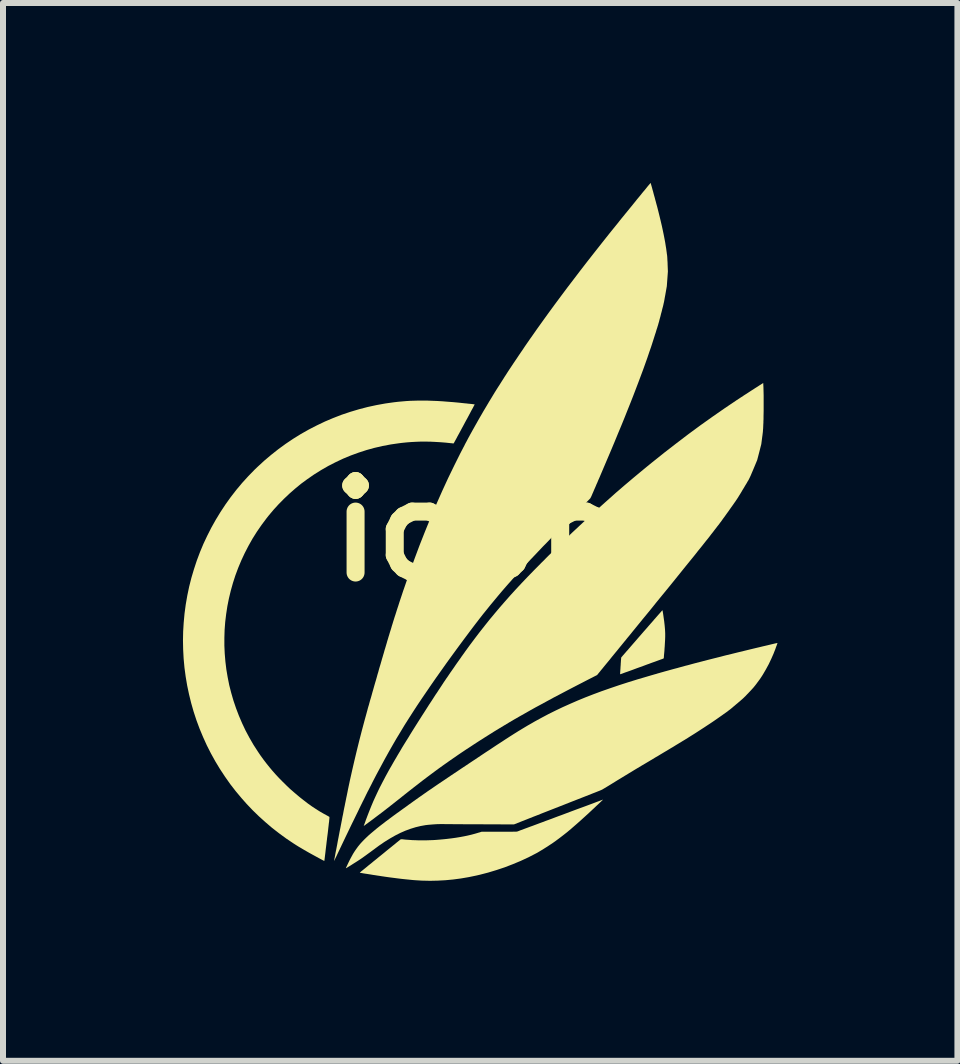
<source format=kicad_pcb>
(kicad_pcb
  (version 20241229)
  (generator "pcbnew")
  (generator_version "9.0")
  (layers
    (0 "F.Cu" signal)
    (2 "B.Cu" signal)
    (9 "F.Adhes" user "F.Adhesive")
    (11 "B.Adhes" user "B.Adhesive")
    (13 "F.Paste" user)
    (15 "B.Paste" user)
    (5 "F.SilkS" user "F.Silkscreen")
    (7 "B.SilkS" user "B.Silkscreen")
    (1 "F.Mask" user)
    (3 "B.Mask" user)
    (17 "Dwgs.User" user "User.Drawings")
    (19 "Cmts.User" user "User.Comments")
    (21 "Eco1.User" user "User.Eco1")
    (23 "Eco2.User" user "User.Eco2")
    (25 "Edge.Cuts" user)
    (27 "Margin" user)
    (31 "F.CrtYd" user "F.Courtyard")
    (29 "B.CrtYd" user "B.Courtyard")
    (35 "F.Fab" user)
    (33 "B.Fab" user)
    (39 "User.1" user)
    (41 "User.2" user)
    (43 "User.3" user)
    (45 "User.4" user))
  (footprint "icon"
    (layer "F.Cu")
    (at 4.909 5.804)
    (property "Reference" "icon" (at 0 0 0) (layer "F.SilkS") (effects (font (size 1.524 1.524) (thickness 0.3))))
    (attr board_only exclude_from_pos_files exclude_from_bom)
    (fp_poly (pts (xy 3.083 1.319) (xy 3.084 1.321) (xy 3.085 1.325) (xy 3.086 1.331) (xy 3.088 1.34) (xy 3.09 1.352) (xy 3.093 1.369) (xy 3.096 1.39) (xy 3.1 1.417) (xy 3.101 1.425) (xy 3.112 1.501) (xy 3.12 1.572) (xy 3.126 1.64) (xy 3.129 1.702) (xy 3.129 1.736) (xy 3.129 1.758) (xy 3.128 1.785) (xy 3.127 1.815) (xy 3.125 1.849) (xy 3.123 1.884) (xy 3.121 1.92) (xy 3.118 1.957) (xy 3.116 1.992) (xy 3.115 2.004) (xy 3.113 2.025) (xy 3.111 2.046) (xy 3.109 2.065) (xy 3.108 2.081) (xy 3.107 2.093) (xy 3.107 2.097) (xy 3.106 2.11) (xy 3.104 2.118) (xy 3.102 2.122) (xy 3.1 2.123) (xy 3.096 2.124) (xy 3.087 2.128) (xy 3.074 2.133) (xy 3.056 2.139) (xy 3.035 2.147) (xy 3.01 2.156) (xy 2.983 2.166) (xy 2.953 2.177) (xy 2.921 2.188) (xy 2.888 2.2) (xy 2.854 2.213) (xy 2.836 2.219) (xy 2.772 2.243) (xy 2.714 2.264) (xy 2.661 2.283) (xy 2.613 2.301) (xy 2.57 2.317) (xy 2.531 2.331) (xy 2.498 2.343) (xy 2.468 2.353) (xy 2.444 2.362) (xy 2.423 2.37) (xy 2.407 2.376) (xy 2.394 2.38) (xy 2.386 2.383) (xy 2.381 2.385) (xy 2.379 2.385) (xy 2.378 2.382) (xy 2.378 2.375) (xy 2.378 2.37) (xy 2.378 2.363) (xy 2.379 2.352) (xy 2.38 2.336) (xy 2.381 2.317) (xy 2.383 2.294) (xy 2.384 2.269) (xy 2.386 2.243) (xy 2.387 2.232) (xy 2.388 2.205) (xy 2.39 2.181) (xy 2.391 2.159) (xy 2.393 2.14) (xy 2.394 2.124) (xy 2.395 2.113) (xy 2.396 2.107) (xy 2.396 2.106) (xy 2.398 2.103) (xy 2.404 2.096) (xy 2.413 2.086) (xy 2.424 2.072) (xy 2.438 2.057) (xy 2.453 2.039) (xy 2.47 2.02) (xy 2.477 2.011) (xy 2.499 1.987) (xy 2.523 1.959) (xy 2.548 1.93) (xy 2.574 1.9) (xy 2.599 1.871) (xy 2.622 1.845) (xy 2.634 1.831) (xy 2.685 1.772) (xy 2.733 1.717) (xy 2.777 1.666) (xy 2.818 1.62) (xy 2.855 1.577) (xy 2.889 1.538) (xy 2.92 1.503) (xy 2.947 1.471) (xy 2.972 1.443) (xy 2.994 1.418) (xy 3.013 1.396) (xy 3.03 1.377) (xy 3.044 1.361) (xy 3.056 1.348) (xy 3.065 1.337) (xy 3.072 1.329) (xy 3.077 1.323) (xy 3.081 1.32) (xy 3.082 1.319) (xy 3.082 1.318)) (stroke (width 0) (type solid)) (fill yes) (layer "F.SilkS"))
    (fp_poly (pts (xy 2.092 4.475) (xy 2.09 4.478) (xy 2.084 4.484) (xy 2.074 4.493) (xy 2.062 4.505) (xy 2.047 4.519) (xy 2.029 4.536) (xy 2.009 4.555) (xy 1.988 4.574) (xy 1.966 4.595) (xy 1.943 4.617) (xy 1.92 4.638) (xy 1.897 4.66) (xy 1.874 4.681) (xy 1.852 4.702) (xy 1.831 4.721) (xy 1.812 4.738) (xy 1.808 4.742) (xy 1.766 4.78) (xy 1.722 4.82) (xy 1.677 4.86) (xy 1.629 4.902) (xy 1.577 4.947) (xy 1.55 4.971) (xy 1.525 4.991) (xy 1.497 5.015) (xy 1.465 5.04) (xy 1.432 5.066) (xy 1.397 5.093) (xy 1.363 5.119) (xy 1.329 5.144) (xy 1.297 5.168) (xy 1.268 5.188) (xy 1.263 5.192) (xy 1.238 5.209) (xy 1.21 5.227) (xy 1.18 5.247) (xy 1.149 5.267) (xy 1.117 5.287) (xy 1.086 5.307) (xy 1.055 5.325) (xy 1.027 5.342) (xy 1.002 5.357) (xy 0.98 5.369) (xy 0.976 5.371) (xy 0.85 5.436) (xy 0.721 5.496) (xy 0.589 5.551) (xy 0.454 5.603) (xy 0.316 5.649) (xy 0.177 5.691) (xy 0.038 5.727) (xy -0.018 5.74) (xy -0.148 5.767) (xy -0.277 5.789) (xy -0.405 5.806) (xy -0.532 5.818) (xy -0.66 5.825) (xy -0.789 5.828) (xy -0.92 5.825) (xy -0.929 5.825) (xy -0.973 5.822) (xy -1.023 5.819) (xy -1.077 5.815) (xy -1.136 5.809) (xy -1.197 5.803) (xy -1.262 5.796) (xy -1.329 5.788) (xy -1.398 5.779) (xy -1.469 5.77) (xy -1.54 5.76) (xy -1.566 5.756) (xy -1.601 5.751) (xy -1.637 5.745) (xy -1.673 5.74) (xy -1.709 5.734) (xy -1.745 5.729) (xy -1.779 5.723) (xy -1.812 5.718) (xy -1.842 5.713) (xy -1.871 5.709) (xy -1.896 5.705) (xy -1.918 5.701) (xy -1.935 5.698) (xy -1.949 5.696) (xy -1.958 5.694) (xy -1.961 5.693) (xy -1.959 5.691) (xy -1.954 5.685) (xy -1.946 5.678) (xy -1.935 5.668) (xy -1.927 5.662) (xy -1.919 5.656) (xy -1.907 5.646) (xy -1.891 5.633) (xy -1.871 5.617) (xy -1.848 5.598) (xy -1.823 5.577) (xy -1.794 5.554) (xy -1.764 5.53) (xy -1.732 5.503) (xy -1.698 5.476) (xy -1.663 5.447) (xy -1.627 5.418) (xy -1.591 5.389) (xy -1.554 5.359) (xy -1.518 5.329) (xy -1.482 5.3) (xy -1.447 5.272) (xy -1.413 5.244) (xy -1.39 5.226) (xy -1.368 5.208) (xy -1.348 5.191) (xy -1.329 5.176) (xy -1.313 5.163) (xy -1.299 5.152) (xy -1.288 5.143) (xy -1.281 5.138) (xy -1.278 5.135) (xy -1.274 5.135) (xy -1.265 5.135) (xy -1.254 5.136) (xy -1.249 5.136) (xy -1.206 5.141) (xy -1.164 5.144) (xy -1.124 5.147) (xy -1.082 5.15) (xy -1.038 5.151) (xy -0.991 5.153) (xy -0.965 5.153) (xy -0.905 5.153) (xy -0.847 5.153) (xy -0.79 5.151) (xy -0.734 5.149) (xy -0.675 5.145) (xy -0.615 5.14) (xy -0.551 5.134) (xy -0.505 5.129) (xy -0.43 5.12) (xy -0.359 5.11) (xy -0.292 5.099) (xy -0.227 5.087) (xy -0.164 5.074) (xy -0.101 5.059) (xy -0.038 5.042) (xy 0.026 5.023) (xy 0.035 5.021) (xy 0.069 5.01) (xy 0.361 5.01) (xy 0.414 5.01) (xy 0.462 5.01) (xy 0.505 5.01) (xy 0.541 5.01) (xy 0.573 5.01) (xy 0.6 5.009) (xy 0.621 5.009) (xy 0.638 5.009) (xy 0.65 5.008) (xy 0.658 5.008) (xy 0.661 5.007) (xy 0.666 5.005) (xy 0.676 5.002) (xy 0.689 4.997) (xy 0.706 4.99) (xy 0.724 4.983) (xy 0.743 4.977) (xy 0.761 4.97) (xy 0.784 4.961) (xy 0.811 4.951) (xy 0.841 4.94) (xy 0.875 4.927) (xy 0.912 4.914) (xy 0.952 4.899) (xy 0.995 4.883) (xy 1.04 4.866) (xy 1.087 4.849) (xy 1.136 4.83) (xy 1.186 4.812) (xy 1.238 4.793) (xy 1.29 4.773) (xy 1.343 4.753) (xy 1.396 4.734) (xy 1.449 4.714) (xy 1.502 4.694) (xy 1.555 4.674) (xy 1.606 4.655) (xy 1.657 4.636) (xy 1.706 4.618) (xy 1.753 4.601) (xy 1.799 4.584) (xy 1.842 4.568) (xy 1.882 4.553) (xy 1.92 4.539) (xy 1.954 4.526) (xy 1.985 4.514) (xy 2.013 4.504) (xy 2.036 4.495) (xy 2.055 4.488) (xy 2.07 4.483) (xy 2.079 4.479) (xy 2.084 4.477) (xy 2.084 4.477) (xy 2.09 4.476) (xy 2.092 4.475)) (stroke (width 0) (type solid)) (fill yes) (layer "F.SilkS"))
    (fp_poly (pts (xy -0.828 -2.176) (xy -0.75 -2.173) (xy -0.67 -2.17) (xy -0.586 -2.165) (xy -0.499 -2.158) (xy -0.407 -2.151) (xy -0.31 -2.142) (xy -0.209 -2.131) (xy -0.183 -2.129) (xy -0.161 -2.126) (xy -0.139 -2.124) (xy -0.118 -2.122) (xy -0.099 -2.12) (xy -0.084 -2.118) (xy -0.081 -2.118) (xy -0.068 -2.116) (xy -0.057 -2.115) (xy -0.05 -2.113) (xy -0.047 -2.112) (xy -0.048 -2.109) (xy -0.052 -2.102) (xy -0.059 -2.09) (xy -0.067 -2.074) (xy -0.077 -2.054) (xy -0.09 -2.031) (xy -0.104 -2.006) (xy -0.119 -1.977) (xy -0.135 -1.947) (xy -0.152 -1.915) (xy -0.17 -1.881) (xy -0.189 -1.847) (xy -0.208 -1.812) (xy -0.227 -1.776) (xy -0.246 -1.741) (xy -0.265 -1.706) (xy -0.283 -1.672) (xy -0.301 -1.639) (xy -0.318 -1.608) (xy -0.334 -1.579) (xy -0.348 -1.552) (xy -0.361 -1.528) (xy -0.372 -1.508) (xy -0.382 -1.49) (xy -0.389 -1.477) (xy -0.394 -1.468) (xy -0.397 -1.463) (xy -0.397 -1.463) (xy -0.4 -1.463) (xy -0.408 -1.463) (xy -0.419 -1.464) (xy -0.433 -1.466) (xy -0.438 -1.466) (xy -0.532 -1.476) (xy -0.621 -1.483) (xy -0.706 -1.488) (xy -0.788 -1.492) (xy -0.868 -1.493) (xy -0.946 -1.493) (xy -1.023 -1.49) (xy -1.1 -1.486) (xy -1.178 -1.48) (xy -1.257 -1.472) (xy -1.305 -1.466) (xy -1.444 -1.446) (xy -1.581 -1.42) (xy -1.716 -1.389) (xy -1.85 -1.352) (xy -1.982 -1.309) (xy -2.111 -1.262) (xy -2.239 -1.209) (xy -2.364 -1.15) (xy -2.487 -1.087) (xy -2.607 -1.018) (xy -2.725 -0.944) (xy -2.839 -0.865) (xy -2.941 -0.79) (xy -3.037 -0.711) (xy -3.132 -0.628) (xy -3.224 -0.541) (xy -3.313 -0.451) (xy -3.398 -0.358) (xy -3.478 -0.263) (xy -3.516 -0.215) (xy -3.599 -0.104) (xy -3.677 0.009) (xy -3.75 0.125) (xy -3.817 0.244) (xy -3.879 0.364) (xy -3.936 0.486) (xy -3.988 0.61) (xy -4.035 0.736) (xy -4.076 0.863) (xy -4.112 0.991) (xy -4.143 1.12) (xy -4.169 1.25) (xy -4.189 1.381) (xy -4.205 1.513) (xy -4.215 1.645) (xy -4.219 1.777) (xy -4.219 1.909) (xy -4.213 2.041) (xy -4.202 2.173) (xy -4.186 2.305) (xy -4.164 2.435) (xy -4.138 2.566) (xy -4.105 2.695) (xy -4.068 2.823) (xy -4.025 2.95) (xy -3.977 3.076) (xy -3.924 3.2) (xy -3.866 3.323) (xy -3.802 3.443) (xy -3.733 3.562) (xy -3.658 3.678) (xy -3.614 3.743) (xy -3.566 3.809) (xy -3.517 3.873) (xy -3.468 3.934) (xy -3.417 3.995) (xy -3.364 4.055) (xy -3.308 4.115) (xy -3.249 4.175) (xy -3.185 4.238) (xy -3.137 4.284) (xy -3.121 4.299) (xy -3.101 4.316) (xy -3.078 4.336) (xy -3.054 4.357) (xy -3.028 4.379) (xy -3.002 4.401) (xy -2.977 4.422) (xy -2.959 4.437) (xy -2.89 4.491) (xy -2.824 4.542) (xy -2.759 4.588) (xy -2.694 4.631) (xy -2.629 4.672) (xy -2.563 4.71) (xy -2.508 4.74) (xy -2.495 4.747) (xy -2.483 4.754) (xy -2.475 4.759) (xy -2.47 4.762) (xy -2.469 4.762) (xy -2.469 4.763) (xy -2.468 4.764) (xy -2.468 4.767) (xy -2.468 4.77) (xy -2.468 4.776) (xy -2.468 4.783) (xy -2.469 4.792) (xy -2.47 4.804) (xy -2.472 4.819) (xy -2.473 4.837) (xy -2.476 4.858) (xy -2.479 4.882) (xy -2.482 4.911) (xy -2.486 4.944) (xy -2.49 4.982) (xy -2.495 5.025) (xy -2.501 5.072) (xy -2.508 5.125) (xy -2.508 5.13) (xy -2.514 5.176) (xy -2.519 5.22) (xy -2.524 5.262) (xy -2.529 5.302) (xy -2.533 5.338) (xy -2.537 5.372) (xy -2.541 5.403) (xy -2.544 5.43) (xy -2.547 5.453) (xy -2.549 5.471) (xy -2.551 5.484) (xy -2.552 5.493) (xy -2.552 5.496) (xy -2.552 5.496) (xy -2.553 5.496) (xy -2.555 5.496) (xy -2.559 5.494) (xy -2.566 5.491) (xy -2.576 5.486) (xy -2.589 5.479) (xy -2.606 5.47) (xy -2.628 5.458) (xy -2.64 5.452) (xy -2.7 5.419) (xy -2.755 5.389) (xy -2.806 5.361) (xy -2.853 5.334) (xy -2.898 5.308) (xy -2.94 5.283) (xy -2.981 5.259) (xy -3.021 5.234) (xy -3.06 5.209) (xy -3.071 5.202) (xy -3.19 5.122) (xy -3.306 5.037) (xy -3.421 4.948) (xy -3.532 4.853) (xy -3.641 4.755) (xy -3.746 4.653) (xy -3.847 4.547) (xy -3.932 4.451) (xy -4.03 4.334) (xy -4.123 4.214) (xy -4.21 4.09) (xy -4.293 3.964) (xy -4.371 3.835) (xy -4.444 3.703) (xy -4.512 3.569) (xy -4.574 3.432) (xy -4.632 3.293) (xy -4.684 3.153) (xy -4.731 3.01) (xy -4.772 2.866) (xy -4.808 2.72) (xy -4.839 2.573) (xy -4.864 2.425) (xy -4.884 2.276) (xy -4.898 2.125) (xy -4.906 1.974) (xy -4.909 1.823) (xy -4.906 1.671) (xy -4.897 1.525) (xy -4.883 1.373) (xy -4.863 1.223) (xy -4.837 1.073) (xy -4.806 0.925) (xy -4.769 0.779) (xy -4.726 0.634) (xy -4.679 0.491) (xy -4.626 0.35) (xy -4.568 0.211) (xy -4.504 0.075) (xy -4.436 -0.059) (xy -4.362 -0.191) (xy -4.284 -0.319) (xy -4.201 -0.445) (xy -4.113 -0.568) (xy -4.02 -0.688) (xy -3.923 -0.804) (xy -3.821 -0.916) (xy -3.714 -1.026) (xy -3.666 -1.072) (xy -3.554 -1.175) (xy -3.438 -1.273) (xy -3.319 -1.367) (xy -3.197 -1.456) (xy -3.072 -1.54) (xy -2.943 -1.62) (xy -2.812 -1.694) (xy -2.678 -1.763) (xy -2.542 -1.828) (xy -2.403 -1.887) (xy -2.263 -1.941) (xy -2.12 -1.989) (xy -1.976 -2.032) (xy -1.83 -2.07) (xy -1.682 -2.102) (xy -1.533 -2.129) (xy -1.39 -2.149) (xy -1.321 -2.157) (xy -1.253 -2.163) (xy -1.184 -2.169) (xy -1.116 -2.173) (xy -1.046 -2.175) (xy -0.975 -2.177) (xy -0.903 -2.177)) (stroke (width 0) (type solid)) (fill yes) (layer "F.SilkS"))
    (fp_poly (pts (xy 5 1.864) (xy 5 1.867) (xy 4.997 1.875) (xy 4.993 1.887) (xy 4.988 1.902) (xy 4.981 1.92) (xy 4.974 1.939) (xy 4.967 1.96) (xy 4.959 1.981) (xy 4.951 2.001) (xy 4.943 2.021) (xy 4.938 2.035) (xy 4.899 2.124) (xy 4.856 2.215) (xy 4.807 2.305) (xy 4.761 2.384) (xy 4.743 2.413) (xy 4.725 2.44) (xy 4.707 2.467) (xy 4.686 2.495) (xy 4.663 2.526) (xy 4.659 2.532) (xy 4.644 2.552) (xy 4.63 2.57) (xy 4.617 2.586) (xy 4.604 2.602) (xy 4.591 2.617) (xy 4.577 2.632) (xy 4.561 2.65) (xy 4.543 2.669) (xy 4.521 2.692) (xy 4.516 2.698) (xy 4.496 2.718) (xy 4.48 2.735) (xy 4.465 2.751) (xy 4.451 2.764) (xy 4.438 2.777) (xy 4.424 2.79) (xy 4.41 2.803) (xy 4.394 2.816) (xy 4.377 2.832) (xy 4.356 2.849) (xy 4.333 2.869) (xy 4.312 2.886) (xy 4.288 2.907) (xy 4.267 2.924) (xy 4.249 2.94) (xy 4.232 2.954) (xy 4.216 2.967) (xy 4.2 2.979) (xy 4.184 2.991) (xy 4.168 3.004) (xy 4.15 3.017) (xy 4.13 3.031) (xy 4.107 3.047) (xy 4.081 3.066) (xy 4.051 3.087) (xy 4.038 3.096) (xy 3.994 3.127) (xy 3.952 3.156) (xy 3.911 3.184) (xy 3.869 3.212) (xy 3.826 3.24) (xy 3.781 3.27) (xy 3.733 3.301) (xy 3.69 3.329) (xy 3.659 3.349) (xy 3.628 3.369) (xy 3.598 3.388) (xy 3.569 3.406) (xy 3.542 3.423) (xy 3.518 3.438) (xy 3.497 3.452) (xy 3.479 3.463) (xy 3.465 3.471) (xy 3.456 3.477) (xy 3.444 3.484) (xy 3.429 3.493) (xy 3.409 3.505) (xy 3.387 3.519) (xy 3.363 3.533) (xy 3.337 3.549) (xy 3.31 3.565) (xy 3.283 3.582) (xy 3.283 3.582) (xy 3.257 3.598) (xy 3.226 3.616) (xy 3.193 3.636) (xy 3.157 3.658) (xy 3.119 3.68) (xy 3.081 3.703) (xy 3.044 3.725) (xy 3.008 3.747) (xy 2.978 3.764) (xy 2.857 3.837) (xy 2.74 3.906) (xy 2.628 3.973) (xy 2.521 4.038) (xy 2.419 4.1) (xy 2.322 4.159) (xy 2.23 4.216) (xy 2.181 4.246) (xy 2.156 4.261) (xy 2.134 4.275) (xy 2.116 4.285) (xy 2.101 4.294) (xy 2.088 4.302) (xy 2.077 4.308) (xy 2.066 4.313) (xy 2.056 4.318) (xy 2.044 4.322) (xy 2.032 4.328) (xy 2.026 4.33) (xy 1.904 4.378) (xy 1.785 4.425) (xy 1.67 4.47) (xy 1.56 4.513) (xy 1.454 4.555) (xy 1.352 4.595) (xy 1.255 4.633) (xy 1.163 4.669) (xy 1.076 4.703) (xy 0.994 4.736) (xy 0.939 4.757) (xy 0.608 4.888) (xy 0.084 4.886) (xy 0.027 4.886) (xy -0.029 4.886) (xy -0.084 4.885) (xy -0.137 4.885) (xy -0.188 4.885) (xy -0.238 4.885) (xy -0.285 4.884) (xy -0.329 4.884) (xy -0.37 4.884) (xy -0.407 4.884) (xy -0.44 4.883) (xy -0.469 4.883) (xy -0.493 4.883) (xy -0.512 4.883) (xy -0.526 4.883) (xy -0.529 4.883) (xy -0.606 4.882) (xy -0.681 4.884) (xy -0.754 4.889) (xy -0.824 4.895) (xy -0.866 4.9) (xy -0.949 4.915) (xy -1.032 4.935) (xy -1.116 4.961) (xy -1.2 4.992) (xy -1.285 5.029) (xy -1.37 5.072) (xy -1.456 5.121) (xy -1.532 5.168) (xy -1.551 5.18) (xy -1.569 5.192) (xy -1.587 5.205) (xy -1.606 5.218) (xy -1.626 5.231) (xy -1.647 5.246) (xy -1.67 5.263) (xy -1.696 5.282) (xy -1.725 5.304) (xy -1.758 5.328) (xy -1.778 5.343) (xy -1.821 5.374) (xy -1.859 5.402) (xy -1.894 5.427) (xy -1.926 5.45) (xy -1.957 5.471) (xy -1.986 5.49) (xy -2.003 5.501) (xy -2.014 5.508) (xy -2.028 5.517) (xy -2.044 5.527) (xy -2.063 5.539) (xy -2.082 5.551) (xy -2.102 5.564) (xy -2.121 5.576) (xy -2.139 5.587) (xy -2.156 5.597) (xy -2.17 5.606) (xy -2.18 5.612) (xy -2.187 5.616) (xy -2.188 5.616) (xy -2.192 5.619) (xy -2.193 5.618) (xy -2.192 5.613) (xy -2.191 5.61) (xy -2.174 5.574) (xy -2.156 5.535) (xy -2.137 5.496) (xy -2.117 5.457) (xy -2.098 5.422) (xy -2.08 5.39) (xy -2.08 5.388) (xy -2.06 5.356) (xy -2.04 5.325) (xy -2.018 5.294) (xy -1.996 5.263) (xy -1.971 5.232) (xy -1.945 5.201) (xy -1.916 5.17) (xy -1.885 5.138) (xy -1.852 5.106) (xy -1.816 5.072) (xy -1.777 5.038) (xy -1.734 5.002) (xy -1.689 4.964) (xy -1.639 4.924) (xy -1.586 4.883) (xy -1.529 4.839) (xy -1.467 4.793) (xy -1.401 4.744) (xy -1.33 4.692) (xy -1.327 4.691) (xy -1.278 4.655) (xy -1.231 4.621) (xy -1.186 4.589) (xy -1.144 4.558) (xy -1.103 4.529) (xy -1.063 4.5) (xy -1.025 4.473) (xy -0.987 4.446) (xy -0.95 4.42) (xy -0.913 4.394) (xy -0.876 4.368) (xy -0.839 4.342) (xy -0.801 4.316) (xy -0.762 4.29) (xy -0.722 4.262) (xy -0.681 4.234) (xy -0.637 4.204) (xy -0.592 4.174) (xy -0.544 4.142) (xy -0.494 4.108) (xy -0.441 4.072) (xy -0.384 4.034) (xy -0.324 3.994) (xy -0.26 3.951) (xy -0.192 3.906) (xy -0.119 3.857) (xy -0.069 3.824) (xy 0.006 3.774) (xy 0.076 3.727) (xy 0.142 3.683) (xy 0.204 3.643) (xy 0.262 3.604) (xy 0.316 3.568) (xy 0.367 3.535) (xy 0.415 3.504) (xy 0.46 3.474) (xy 0.502 3.447) (xy 0.542 3.421) (xy 0.58 3.397) (xy 0.616 3.374) (xy 0.65 3.353) (xy 0.683 3.332) (xy 0.715 3.313) (xy 0.746 3.294) (xy 0.776 3.276) (xy 0.806 3.258) (xy 0.836 3.24) (xy 0.866 3.223) (xy 0.896 3.206) (xy 0.927 3.188) (xy 0.958 3.17) (xy 1.07 3.109) (xy 1.183 3.049) (xy 1.3 2.991) (xy 1.419 2.934) (xy 1.542 2.879) (xy 1.668 2.824) (xy 1.797 2.771) (xy 1.931 2.719) (xy 2.068 2.668) (xy 2.211 2.618) (xy 2.358 2.568) (xy 2.51 2.519) (xy 2.668 2.47) (xy 2.808 2.429) (xy 2.838 2.42) (xy 2.869 2.411) (xy 2.899 2.402) (xy 2.927 2.394) (xy 2.954 2.386) (xy 2.977 2.38) (xy 2.996 2.374) (xy 3.008 2.37) (xy 3.028 2.365) (xy 3.054 2.357) (xy 3.084 2.349) (xy 3.118 2.339) (xy 3.155 2.329) (xy 3.195 2.318) (xy 3.238 2.306) (xy 3.282 2.294) (xy 3.328 2.282) (xy 3.374 2.269) (xy 3.42 2.257) (xy 3.465 2.244) (xy 3.51 2.233) (xy 3.553 2.221) (xy 3.593 2.21) (xy 3.631 2.2) (xy 3.643 2.197) (xy 3.747 2.17) (xy 3.847 2.144) (xy 3.946 2.119) (xy 4.044 2.094) (xy 4.142 2.069) (xy 4.241 2.045) (xy 4.342 2.02) (xy 4.445 1.995) (xy 4.552 1.969) (xy 4.664 1.942) (xy 4.703 1.933) (xy 4.752 1.921) (xy 4.795 1.911) (xy 4.834 1.902) (xy 4.867 1.894) (xy 4.896 1.887) (xy 4.921 1.881) (xy 4.942 1.876) (xy 4.959 1.872) (xy 4.973 1.869) (xy 4.983 1.867) (xy 4.991 1.865) (xy 4.996 1.864) (xy 4.999 1.864)) (stroke (width 0) (type solid)) (fill yes) (layer "F.SilkS"))
    (fp_poly (pts (xy 4.763 -2.466) (xy 4.764 -2.458) (xy 4.764 -2.445) (xy 4.765 -2.429) (xy 4.766 -2.41) (xy 4.767 -2.388) (xy 4.767 -2.379) (xy 4.768 -2.343) (xy 4.769 -2.303) (xy 4.77 -2.258) (xy 4.77 -2.211) (xy 4.77 -2.161) (xy 4.77 -2.11) (xy 4.77 -2.059) (xy 4.77 -2.008) (xy 4.769 -1.959) (xy 4.768 -1.912) (xy 4.768 -1.868) (xy 4.766 -1.829) (xy 4.766 -1.808) (xy 4.764 -1.776) (xy 4.763 -1.75) (xy 4.762 -1.726) (xy 4.761 -1.706) (xy 4.759 -1.686) (xy 4.758 -1.667) (xy 4.756 -1.646) (xy 4.753 -1.623) (xy 4.75 -1.597) (xy 4.746 -1.569) (xy 4.731 -1.452) (xy 4.697 -1.318) (xy 4.662 -1.184) (xy 4.599 -1.033) (xy 4.585 -1) (xy 4.573 -0.972) (xy 4.563 -0.948) (xy 4.554 -0.927) (xy 4.546 -0.91) (xy 4.539 -0.895) (xy 4.533 -0.882) (xy 4.527 -0.871) (xy 4.522 -0.86) (xy 4.516 -0.849) (xy 4.509 -0.838) (xy 4.505 -0.832) (xy 4.497 -0.818) (xy 4.487 -0.8) (xy 4.474 -0.779) (xy 4.46 -0.756) (xy 4.445 -0.73) (xy 4.429 -0.704) (xy 4.413 -0.678) (xy 4.406 -0.665) (xy 4.392 -0.642) (xy 4.38 -0.622) (xy 4.369 -0.604) (xy 4.358 -0.587) (xy 4.348 -0.57) (xy 4.337 -0.553) (xy 4.326 -0.536) (xy 4.313 -0.517) (xy 4.3 -0.497) (xy 4.284 -0.475) (xy 4.267 -0.45) (xy 4.247 -0.422) (xy 4.224 -0.39) (xy 4.205 -0.363) (xy 4.183 -0.331) (xy 4.16 -0.3) (xy 4.138 -0.269) (xy 4.116 -0.238) (xy 4.095 -0.21) (xy 4.076 -0.183) (xy 4.059 -0.159) (xy 4.043 -0.139) (xy 4.031 -0.122) (xy 4.023 -0.111) (xy 4.01 -0.095) (xy 3.994 -0.075) (xy 3.977 -0.052) (xy 3.957 -0.027) (xy 3.937 -0.000327) (xy 3.916 0.027) (xy 3.895 0.053) (xy 3.881 0.072) (xy 3.862 0.097) (xy 3.839 0.126) (xy 3.812 0.159) (xy 3.782 0.197) (xy 3.749 0.239) (xy 3.712 0.285) (xy 3.672 0.334) (xy 3.63 0.388) (xy 3.584 0.445) (xy 3.535 0.505) (xy 3.483 0.569) (xy 3.429 0.636) (xy 3.372 0.707) (xy 3.313 0.78) (xy 3.251 0.857) (xy 3.187 0.936) (xy 3.12 1.018) (xy 3.051 1.102) (xy 2.98 1.189) (xy 2.908 1.279) (xy 2.833 1.371) (xy 2.756 1.464) (xy 2.678 1.56) (xy 2.598 1.658) (xy 2.535 1.736) (xy 2.515 1.76) (xy 2.494 1.785) (xy 2.473 1.812) (xy 2.451 1.838) (xy 2.431 1.863) (xy 2.413 1.885) (xy 2.404 1.896) (xy 2.389 1.914) (xy 2.371 1.936) (xy 2.35 1.962) (xy 2.327 1.991) (xy 2.301 2.022) (xy 2.274 2.055) (xy 2.246 2.089) (xy 2.218 2.124) (xy 2.189 2.16) (xy 2.16 2.195) (xy 2.132 2.229) (xy 2.105 2.262) (xy 2.08 2.293) (xy 2.056 2.321) (xy 2.055 2.323) (xy 1.994 2.398) (xy 1.849 2.472) (xy 1.723 2.537) (xy 1.603 2.599) (xy 1.488 2.659) (xy 1.376 2.718) (xy 1.269 2.774) (xy 1.166 2.83) (xy 1.067 2.884) (xy 0.97 2.936) (xy 0.877 2.988) (xy 0.786 3.04) (xy 0.697 3.09) (xy 0.61 3.14) (xy 0.525 3.19) (xy 0.442 3.24) (xy 0.359 3.29) (xy 0.277 3.34) (xy 0.196 3.391) (xy 0.115 3.442) (xy 0.033 3.494) (xy -0.049 3.547) (xy -0.115 3.591) (xy -0.186 3.637) (xy -0.255 3.683) (xy -0.323 3.729) (xy -0.388 3.774) (xy -0.453 3.819) (xy -0.517 3.864) (xy -0.582 3.91) (xy -0.646 3.956) (xy -0.711 4.004) (xy -0.777 4.053) (xy -0.845 4.104) (xy -0.915 4.157) (xy -0.987 4.213) (xy -1.062 4.271) (xy -1.14 4.332) (xy -1.221 4.396) (xy -1.306 4.464) (xy -1.31 4.467) (xy -1.406 4.543) (xy -1.498 4.615) (xy -1.588 4.685) (xy -1.676 4.751) (xy -1.762 4.816) (xy -1.815 4.855) (xy -1.837 4.872) (xy -1.855 4.884) (xy -1.868 4.895) (xy -1.879 4.902) (xy -1.886 4.907) (xy -1.891 4.911) (xy -1.894 4.912) (xy -1.895 4.913) (xy -1.896 4.912) (xy -1.895 4.91) (xy -1.895 4.909) (xy -1.893 4.905) (xy -1.89 4.896) (xy -1.885 4.883) (xy -1.879 4.867) (xy -1.872 4.848) (xy -1.865 4.828) (xy -1.864 4.824) (xy -1.832 4.739) (xy -1.8 4.657) (xy -1.769 4.58) (xy -1.737 4.504) (xy -1.703 4.429) (xy -1.668 4.354) (xy -1.651 4.318) (xy -1.631 4.277) (xy -1.608 4.233) (xy -1.584 4.186) (xy -1.558 4.137) (xy -1.532 4.087) (xy -1.505 4.038) (xy -1.479 3.99) (xy -1.454 3.946) (xy -1.434 3.912) (xy -1.421 3.889) (xy -1.407 3.864) (xy -1.392 3.838) (xy -1.378 3.814) (xy -1.365 3.792) (xy -1.358 3.781) (xy -1.337 3.744) (xy -1.312 3.702) (xy -1.285 3.657) (xy -1.256 3.607) (xy -1.224 3.555) (xy -1.19 3.5) (xy -1.154 3.443) (xy -1.118 3.383) (xy -1.08 3.322) (xy -1.041 3.26) (xy -1.002 3.198) (xy -0.962 3.135) (xy -0.922 3.072) (xy -0.882 3.01) (xy -0.843 2.949) (xy -0.805 2.889) (xy -0.767 2.832) (xy -0.731 2.776) (xy -0.697 2.723) (xy -0.678 2.696) (xy -0.661 2.67) (xy -0.645 2.645) (xy -0.628 2.62) (xy -0.613 2.597) (xy -0.599 2.576) (xy -0.587 2.557) (xy -0.577 2.543) (xy -0.572 2.534) (xy -0.558 2.513) (xy -0.54 2.487) (xy -0.521 2.458) (xy -0.498 2.426) (xy -0.474 2.39) (xy -0.449 2.353) (xy -0.422 2.315) (xy -0.394 2.275) (xy -0.367 2.235) (xy -0.339 2.195) (xy -0.311 2.156) (xy -0.284 2.118) (xy -0.259 2.081) (xy -0.234 2.047) (xy -0.212 2.016) (xy -0.206 2.007) (xy -0.125 1.896) (xy -0.044 1.788) (xy 0.036 1.683) (xy 0.118 1.579) (xy 0.2 1.476) (xy 0.284 1.375) (xy 0.369 1.274) (xy 0.457 1.173) (xy 0.547 1.071) (xy 0.64 0.969) (xy 0.737 0.865) (xy 0.837 0.76) (xy 0.942 0.652) (xy 1.051 0.542) (xy 1.057 0.535) (xy 1.088 0.505) (xy 1.116 0.477) (xy 1.142 0.45) (xy 1.167 0.425) (xy 1.191 0.401) (xy 1.215 0.378) (xy 1.239 0.354) (xy 1.263 0.33) (xy 1.289 0.306) (xy 1.315 0.279) (xy 1.344 0.251) (xy 1.375 0.221) (xy 1.409 0.188) (xy 1.446 0.152) (xy 1.487 0.113) (xy 1.488 0.111) (xy 1.51 0.091) (xy 1.529 0.073) (xy 1.545 0.056) (xy 1.56 0.042) (xy 1.574 0.028) (xy 1.588 0.015) (xy 1.602 0.002) (xy 1.617 -0.012) (xy 1.633 -0.027) (xy 1.651 -0.043) (xy 1.671 -0.062) (xy 1.694 -0.084) (xy 1.721 -0.109) (xy 1.729 -0.116) (xy 1.752 -0.138) (xy 1.777 -0.161) (xy 1.802 -0.184) (xy 1.827 -0.207) (xy 1.851 -0.229) (xy 1.872 -0.249) (xy 1.89 -0.266) (xy 1.896 -0.271) (xy 1.908 -0.282) (xy 1.92 -0.293) (xy 1.932 -0.305) (xy 1.946 -0.317) (xy 1.961 -0.331) (xy 1.978 -0.346) (xy 1.996 -0.363) (xy 2.017 -0.381) (xy 2.039 -0.401) (xy 2.065 -0.424) (xy 2.093 -0.449) (xy 2.124 -0.477) (xy 2.159 -0.508) (xy 2.197 -0.542) (xy 2.24 -0.58) (xy 2.279 -0.615) (xy 2.308 -0.641) (xy 2.341 -0.669) (xy 2.377 -0.7) (xy 2.416 -0.734) (xy 2.458 -0.77) (xy 2.502 -0.807) (xy 2.548 -0.846) (xy 2.594 -0.885) (xy 2.642 -0.925) (xy 2.689 -0.964) (xy 2.736 -1.003) (xy 2.782 -1.041) (xy 2.827 -1.078) (xy 2.87 -1.113) (xy 2.908 -1.144) (xy 3.113 -1.308) (xy 3.316 -1.465) (xy 3.517 -1.618) (xy 3.718 -1.766) (xy 3.919 -1.909) (xy 4.119 -2.048) (xy 4.319 -2.183) (xy 4.377 -2.221) (xy 4.4 -2.236) (xy 4.426 -2.253) (xy 4.453 -2.271) (xy 4.482 -2.289) (xy 4.511 -2.308) (xy 4.54 -2.327) (xy 4.569 -2.346) (xy 4.598 -2.364) (xy 4.625 -2.382) (xy 4.652 -2.399) (xy 4.676 -2.414) (xy 4.698 -2.429) (xy 4.718 -2.441) (xy 4.735 -2.452) (xy 4.748 -2.46) (xy 4.757 -2.466) (xy 4.762 -2.469) (xy 4.763 -2.469)) (stroke (width 0) (type solid)) (fill yes) (layer "F.SilkS"))
    (fp_poly (pts (xy 2.887 -5.802) (xy 2.889 -5.794) (xy 2.893 -5.781) (xy 2.898 -5.764) (xy 2.904 -5.743) (xy 2.911 -5.718) (xy 2.918 -5.691) (xy 2.927 -5.661) (xy 2.935 -5.629) (xy 2.944 -5.596) (xy 2.954 -5.561) (xy 2.963 -5.526) (xy 2.973 -5.49) (xy 2.982 -5.455) (xy 2.992 -5.42) (xy 2.995 -5.409) (xy 3.016 -5.326) (xy 3.036 -5.245) (xy 3.055 -5.166) (xy 3.073 -5.089) (xy 3.089 -5.015) (xy 3.104 -4.943) (xy 3.117 -4.876) (xy 3.129 -4.812) (xy 3.138 -4.754) (xy 3.146 -4.706) (xy 3.149 -4.682) (xy 3.152 -4.659) (xy 3.155 -4.638) (xy 3.157 -4.619) (xy 3.16 -4.605) (xy 3.161 -4.594) (xy 3.161 -4.591) (xy 3.162 -4.584) (xy 3.163 -4.572) (xy 3.164 -4.555) (xy 3.165 -4.535) (xy 3.166 -4.512) (xy 3.168 -4.487) (xy 3.169 -4.46) (xy 3.169 -4.451) (xy 3.174 -4.329) (xy 3.165 -4.206) (xy 3.156 -4.083) (xy 3.131 -3.941) (xy 3.125 -3.909) (xy 3.12 -3.882) (xy 3.116 -3.858) (xy 3.112 -3.836) (xy 3.108 -3.816) (xy 3.103 -3.796) (xy 3.099 -3.776) (xy 3.094 -3.755) (xy 3.088 -3.732) (xy 3.081 -3.706) (xy 3.074 -3.676) (xy 3.065 -3.641) (xy 3.064 -3.64) (xy 3.056 -3.608) (xy 3.049 -3.579) (xy 3.042 -3.554) (xy 3.036 -3.533) (xy 3.031 -3.513) (xy 3.027 -3.496) (xy 3.022 -3.479) (xy 3.017 -3.463) (xy 3.013 -3.447) (xy 3.008 -3.43) (xy 3.002 -3.412) (xy 2.996 -3.391) (xy 2.988 -3.368) (xy 2.98 -3.342) (xy 2.971 -3.311) (xy 2.959 -3.276) (xy 2.953 -3.256) (xy 2.925 -3.168) (xy 2.896 -3.078) (xy 2.864 -2.986) (xy 2.832 -2.891) (xy 2.797 -2.793) (xy 2.761 -2.692) (xy 2.722 -2.588) (xy 2.682 -2.481) (xy 2.64 -2.371) (xy 2.596 -2.256) (xy 2.55 -2.139) (xy 2.501 -2.017) (xy 2.451 -1.891) (xy 2.398 -1.761) (xy 2.342 -1.627) (xy 2.285 -1.488) (xy 2.225 -1.345) (xy 2.162 -1.197) (xy 2.097 -1.044) (xy 2.03 -0.886) (xy 2.011 -0.844) (xy 1.999 -0.814) (xy 1.985 -0.784) (xy 1.972 -0.752) (xy 1.959 -0.722) (xy 1.946 -0.693) (xy 1.935 -0.667) (xy 1.926 -0.645) (xy 1.922 -0.637) (xy 1.913 -0.616) (xy 1.905 -0.597) (xy 1.897 -0.579) (xy 1.89 -0.565) (xy 1.884 -0.554) (xy 1.881 -0.548) (xy 1.88 -0.547) (xy 1.877 -0.544) (xy 1.87 -0.536) (xy 1.859 -0.525) (xy 1.845 -0.511) (xy 1.829 -0.495) (xy 1.81 -0.476) (xy 1.789 -0.455) (xy 1.767 -0.432) (xy 1.743 -0.408) (xy 1.728 -0.393) (xy 1.692 -0.357) (xy 1.653 -0.318) (xy 1.611 -0.275) (xy 1.567 -0.23) (xy 1.521 -0.183) (xy 1.473 -0.135) (xy 1.425 -0.086) (xy 1.376 -0.036) (xy 1.328 0.013) (xy 1.281 0.061) (xy 1.235 0.108) (xy 1.226 0.117) (xy 1.156 0.19) (xy 1.085 0.262) (xy 1.016 0.335) (xy 0.948 0.407) (xy 0.881 0.477) (xy 0.816 0.547) (xy 0.753 0.614) (xy 0.693 0.68) (xy 0.636 0.742) (xy 0.582 0.802) (xy 0.533 0.858) (xy 0.53 0.86) (xy 0.468 0.931) (xy 0.405 1.004) (xy 0.341 1.08) (xy 0.278 1.156) (xy 0.214 1.233) (xy 0.153 1.309) (xy 0.093 1.383) (xy 0.036 1.456) (xy -0.017 1.525) (xy -0.025 1.535) (xy -0.125 1.667) (xy -0.223 1.798) (xy -0.32 1.929) (xy -0.415 2.059) (xy -0.508 2.187) (xy -0.598 2.314) (xy -0.686 2.438) (xy -0.771 2.56) (xy -0.853 2.68) (xy -0.932 2.796) (xy -1.007 2.908) (xy -1.072 3.008) (xy -1.144 3.12) (xy -1.215 3.232) (xy -1.283 3.345) (xy -1.351 3.457) (xy -1.417 3.571) (xy -1.483 3.687) (xy -1.549 3.806) (xy -1.615 3.929) (xy -1.683 4.055) (xy -1.751 4.186) (xy -1.763 4.211) (xy -1.779 4.242) (xy -1.794 4.271) (xy -1.808 4.299) (xy -1.821 4.324) (xy -1.833 4.346) (xy -1.842 4.365) (xy -1.85 4.381) (xy -1.856 4.392) (xy -1.859 4.4) (xy -1.861 4.402) (xy -1.862 4.404) (xy -1.865 4.412) (xy -1.871 4.424) (xy -1.879 4.44) (xy -1.888 4.459) (xy -1.899 4.481) (xy -1.912 4.506) (xy -1.925 4.533) (xy -1.939 4.561) (xy -1.941 4.565) (xy -1.968 4.62) (xy -1.996 4.679) (xy -2.027 4.742) (xy -2.06 4.81) (xy -2.095 4.881) (xy -2.131 4.956) (xy -2.168 5.033) (xy -2.207 5.114) (xy -2.246 5.196) (xy -2.286 5.28) (xy -2.299 5.308) (xy -2.314 5.339) (xy -2.328 5.368) (xy -2.341 5.396) (xy -2.353 5.421) (xy -2.364 5.443) (xy -2.373 5.462) (xy -2.38 5.477) (xy -2.386 5.488) (xy -2.389 5.495) (xy -2.39 5.497) (xy -2.391 5.495) (xy -2.39 5.491) (xy -2.389 5.487) (xy -2.387 5.477) (xy -2.385 5.463) (xy -2.381 5.445) (xy -2.377 5.423) (xy -2.372 5.397) (xy -2.367 5.368) (xy -2.361 5.337) (xy -2.354 5.304) (xy -2.348 5.272) (xy -2.338 5.22) (xy -2.328 5.164) (xy -2.317 5.108) (xy -2.306 5.05) (xy -2.295 4.992) (xy -2.283 4.933) (xy -2.272 4.876) (xy -2.261 4.82) (xy -2.251 4.765) (xy -2.24 4.713) (xy -2.231 4.664) (xy -2.222 4.618) (xy -2.213 4.576) (xy -2.206 4.539) (xy -2.199 4.507) (xy -2.199 4.505) (xy -2.193 4.476) (xy -2.187 4.445) (xy -2.18 4.413) (xy -2.174 4.383) (xy -2.168 4.354) (xy -2.163 4.329) (xy -2.161 4.317) (xy -2.128 4.161) (xy -2.092 4) (xy -2.054 3.835) (xy -2.014 3.667) (xy -1.972 3.497) (xy -1.928 3.326) (xy -1.882 3.154) (xy -1.835 2.983) (xy -1.829 2.959) (xy -1.821 2.93) (xy -1.811 2.898) (xy -1.801 2.861) (xy -1.79 2.821) (xy -1.777 2.778) (xy -1.764 2.733) (xy -1.751 2.685) (xy -1.737 2.637) (xy -1.723 2.587) (xy -1.709 2.538) (xy -1.694 2.488) (xy -1.68 2.439) (xy -1.667 2.391) (xy -1.653 2.345) (xy -1.641 2.3) (xy -1.629 2.259) (xy -1.617 2.22) (xy -1.607 2.185) (xy -1.598 2.154) (xy -1.591 2.128) (xy -1.584 2.107) (xy -1.584 2.104) (xy -1.578 2.086) (xy -1.572 2.064) (xy -1.564 2.038) (xy -1.556 2.01) (xy -1.548 1.981) (xy -1.539 1.953) (xy -1.532 1.929) (xy -1.523 1.899) (xy -1.513 1.865) (xy -1.503 1.829) (xy -1.492 1.794) (xy -1.482 1.759) (xy -1.472 1.728) (xy -1.468 1.714) (xy -1.46 1.687) (xy -1.451 1.659) (xy -1.442 1.63) (xy -1.434 1.603) (xy -1.427 1.578) (xy -1.42 1.557) (xy -1.417 1.547) (xy -1.407 1.514) (xy -1.395 1.476) (xy -1.382 1.434) (xy -1.367 1.389) (xy -1.352 1.341) (xy -1.336 1.291) (xy -1.319 1.24) (xy -1.303 1.189) (xy -1.286 1.138) (xy -1.269 1.087) (xy -1.253 1.039) (xy -1.238 0.993) (xy -1.226 0.96) (xy -1.141 0.713) (xy -1.053 0.47) (xy -0.964 0.232) (xy -0.872 -0.001) (xy -0.779 -0.229) (xy -0.684 -0.453) (xy -0.587 -0.672) (xy -0.489 -0.885) (xy -0.388 -1.093) (xy -0.287 -1.296) (xy -0.273 -1.323) (xy -0.253 -1.361) (xy -0.236 -1.394) (xy -0.22 -1.424) (xy -0.207 -1.451) (xy -0.194 -1.475) (xy -0.182 -1.497) (xy -0.171 -1.518) (xy -0.16 -1.539) (xy -0.149 -1.56) (xy -0.137 -1.581) (xy -0.125 -1.604) (xy -0.111 -1.629) (xy -0.096 -1.656) (xy -0.079 -1.687) (xy -0.059 -1.722) (xy -0.043 -1.751) (xy -0.018 -1.795) (xy 0.009 -1.843) (xy 0.038 -1.894) (xy 0.069 -1.947) (xy 0.1 -2.001) (xy 0.133 -2.056) (xy 0.165 -2.11) (xy 0.197 -2.164) (xy 0.229 -2.216) (xy 0.259 -2.266) (xy 0.288 -2.314) (xy 0.315 -2.357) (xy 0.34 -2.396) (xy 0.342 -2.4) (xy 0.359 -2.425) (xy 0.377 -2.454) (xy 0.396 -2.484) (xy 0.415 -2.514) (xy 0.433 -2.542) (xy 0.449 -2.568) (xy 0.452 -2.573) (xy 0.47 -2.6) (xy 0.491 -2.633) (xy 0.514 -2.669) (xy 0.54 -2.708) (xy 0.568 -2.75) (xy 0.597 -2.794) (xy 0.628 -2.84) (xy 0.66 -2.887) (xy 0.692 -2.935) (xy 0.724 -2.982) (xy 0.757 -3.03) (xy 0.788 -3.077) (xy 0.819 -3.122) (xy 0.849 -3.165) (xy 0.877 -3.206) (xy 0.898 -3.235) (xy 0.991 -3.368) (xy 1.087 -3.502) (xy 1.185 -3.638) (xy 1.286 -3.776) (xy 1.39 -3.916) (xy 1.496 -4.058) (xy 1.606 -4.202) (xy 1.718 -4.349) (xy 1.834 -4.499) (xy 1.954 -4.652) (xy 2.077 -4.808) (xy 2.204 -4.968) (xy 2.336 -5.131) (xy 2.369 -5.173) (xy 2.401 -5.213) (xy 2.434 -5.253) (xy 2.467 -5.294) (xy 2.501 -5.335) (xy 2.534 -5.376) (xy 2.567 -5.416) (xy 2.599 -5.456) (xy 2.631 -5.495) (xy 2.661 -5.533) (xy 2.691 -5.569) (xy 2.72 -5.604) (xy 2.746 -5.637) (xy 2.771 -5.667) (xy 2.795 -5.695) (xy 2.816 -5.721) (xy 2.834 -5.744) (xy 2.85 -5.763) (xy 2.864 -5.779) (xy 2.874 -5.791) (xy 2.881 -5.8) (xy 2.885 -5.804) (xy 2.885 -5.804)) (stroke (width 0) (type solid)) (fill yes) (layer "F.SilkS")))
  (gr_rect
    (start -3 -3)
    (end 12.909 14.632)
    (stroke (width 0.1) (type default))
    (fill no)
    (layer "Edge.Cuts")))
</source>
